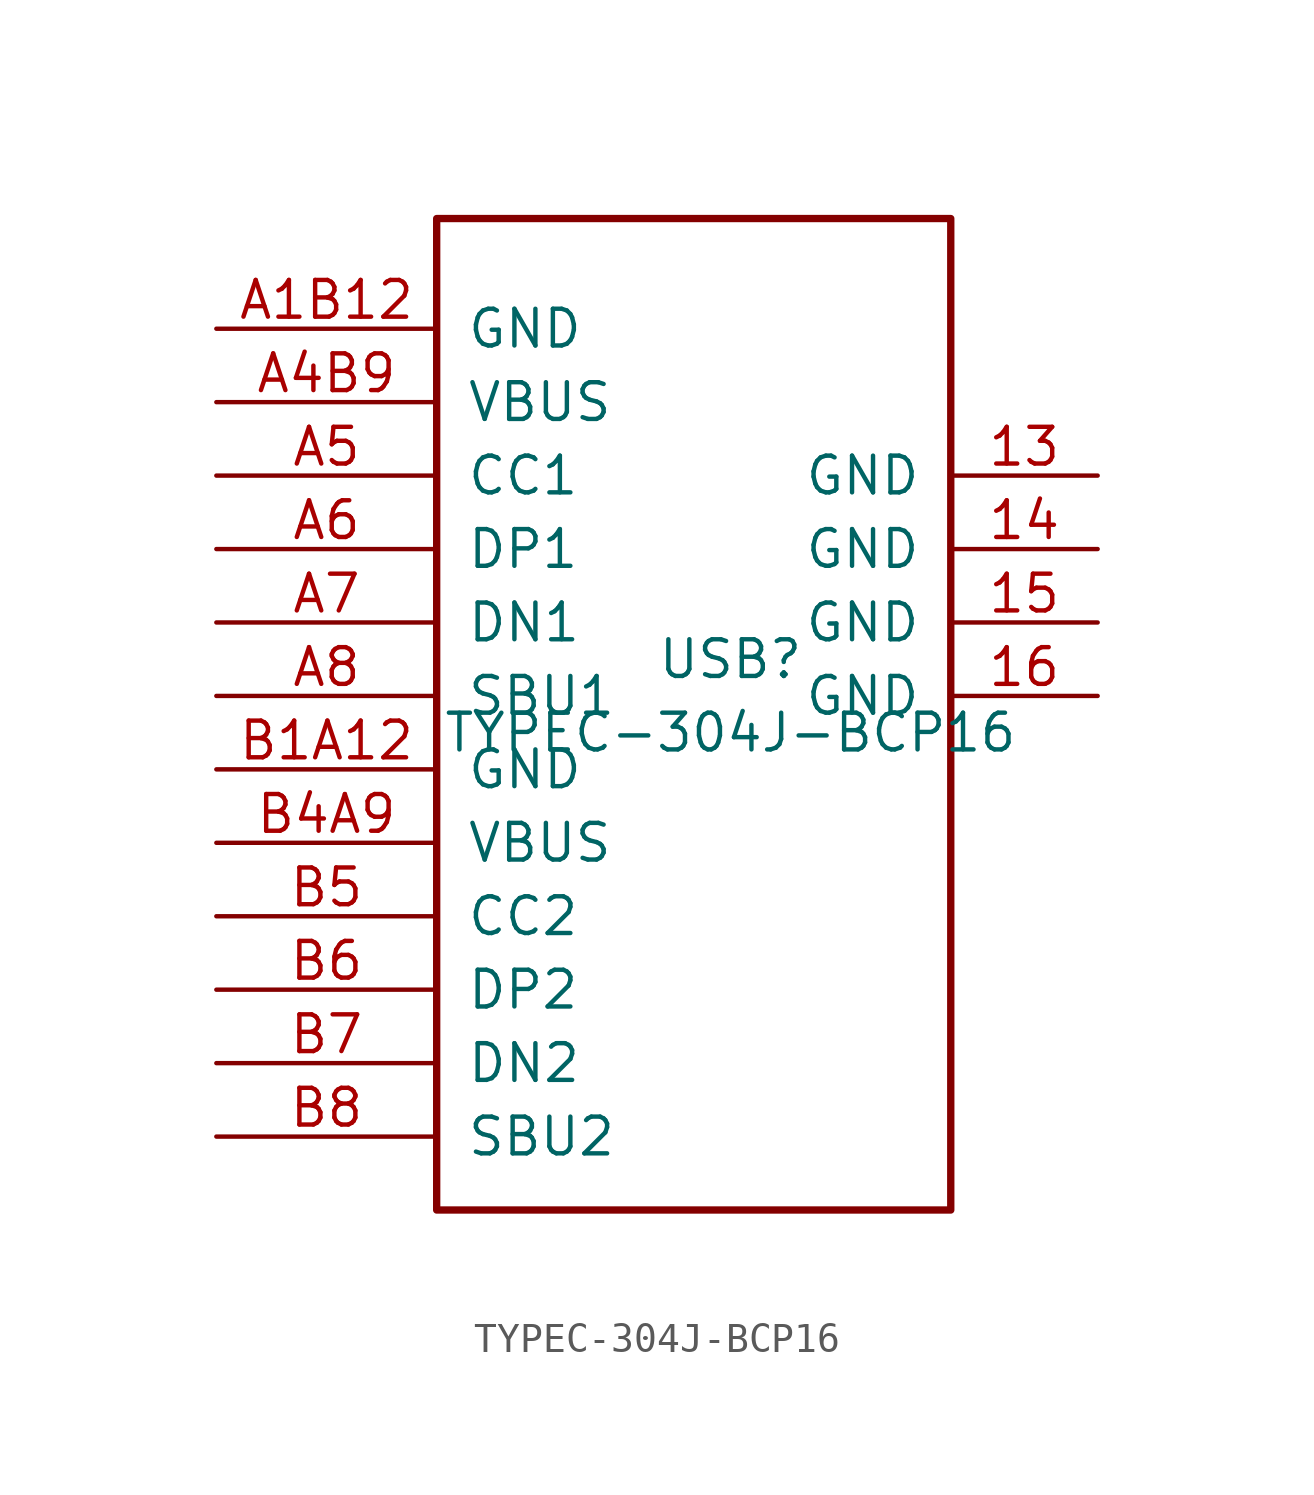
<source format=kicad_sym>
(kicad_symbol_lib
  (version 20211014)
  (generator kicad_symbol_editor)
  (symbol "TYPEC-304J-BCP16"
    (pin_names
      (offset 1.016))
    (property "Reference" "USB"
      (at 0 1.27 0)
      (effects (font (size 1.27 1.27))))
    (property "Value" "TYPEC-304J-BCP16"
      (at 0 -1.27 0)
      (effects (font (size 1.27 1.27))))
    (symbol "TYPEC-304J-BCP16_0_0"
      (rectangle (start -10.16 16.51) (end 7.62 -17.78) (stroke (width 0.254) (type default) (color 0 0 0 0)) (fill (type none))))
    (symbol "TYPEC-304J-BCP16_1_0"
      (pin power_in line (at 12.7 7.62 180) (length 5.08) (name "GND" (effects (font (size 1.27 1.27)))) (number "13" (effects (font (size 1.27 1.27)))))
      (pin power_in line (at 12.7 5.08 180) (length 5.08) (name "GND" (effects (font (size 1.27 1.27)))) (number "14" (effects (font (size 1.27 1.27)))))
      (pin power_in line (at 12.7 2.54 180) (length 5.08) (name "GND" (effects (font (size 1.27 1.27)))) (number "15" (effects (font (size 1.27 1.27)))))
      (pin power_in line (at 12.7 0 180) (length 5.08) (name "GND" (effects (font (size 1.27 1.27)))) (number "16" (effects (font (size 1.27 1.27)))))
      (pin passive line (at -17.78 12.7 0) (length 7.62) (name "GND" (effects (font (size 1.27 1.27)))) (number "A1B12" (effects (font (size 1.27 1.27)))))
      (pin power_out line (at -17.78 10.16 0) (length 7.62) (name "VBUS" (effects (font (size 1.27 1.27)))) (number "A4B9" (effects (font (size 1.27 1.27)))))
      (pin passive line (at -17.78 7.62 0) (length 7.62) (name "CC1" (effects (font (size 1.27 1.27)))) (number "A5" (effects (font (size 1.27 1.27)))))
      (pin passive line (at -17.78 5.08 0) (length 7.62) (name "DP1" (effects (font (size 1.27 1.27)))) (number "A6" (effects (font (size 1.27 1.27)))))
      (pin passive line (at -17.78 2.54 0) (length 7.62) (name "DN1" (effects (font (size 1.27 1.27)))) (number "A7" (effects (font (size 1.27 1.27)))))
      (pin passive line (at -17.78 0 0) (length 7.62) (name "SBU1" (effects (font (size 1.27 1.27)))) (number "A8" (effects (font (size 1.27 1.27)))))
      (pin passive line (at -17.78 -2.54 0) (length 7.62) (name "GND" (effects (font (size 1.27 1.27)))) (number "B1A12" (effects (font (size 1.27 1.27)))))
      (pin passive line (at -17.78 -5.08 0) (length 7.62) (name "VBUS" (effects (font (size 1.27 1.27)))) (number "B4A9" (effects (font (size 1.27 1.27)))))
      (pin passive line (at -17.78 -7.62 0) (length 7.62) (name "CC2" (effects (font (size 1.27 1.27)))) (number "B5" (effects (font (size 1.27 1.27)))))
      (pin passive line (at -17.78 -10.16 0) (length 7.62) (name "DP2" (effects (font (size 1.27 1.27)))) (number "B6" (effects (font (size 1.27 1.27)))))
      (pin passive line (at -17.78 -12.7 0) (length 7.62) (name "DN2" (effects (font (size 1.27 1.27)))) (number "B7" (effects (font (size 1.27 1.27)))))
      (pin passive line (at -17.78 -15.24 0) (length 7.62) (name "SBU2" (effects (font (size 1.27 1.27)))) (number "B8" (effects (font (size 1.27 1.27))))))))
</source>
